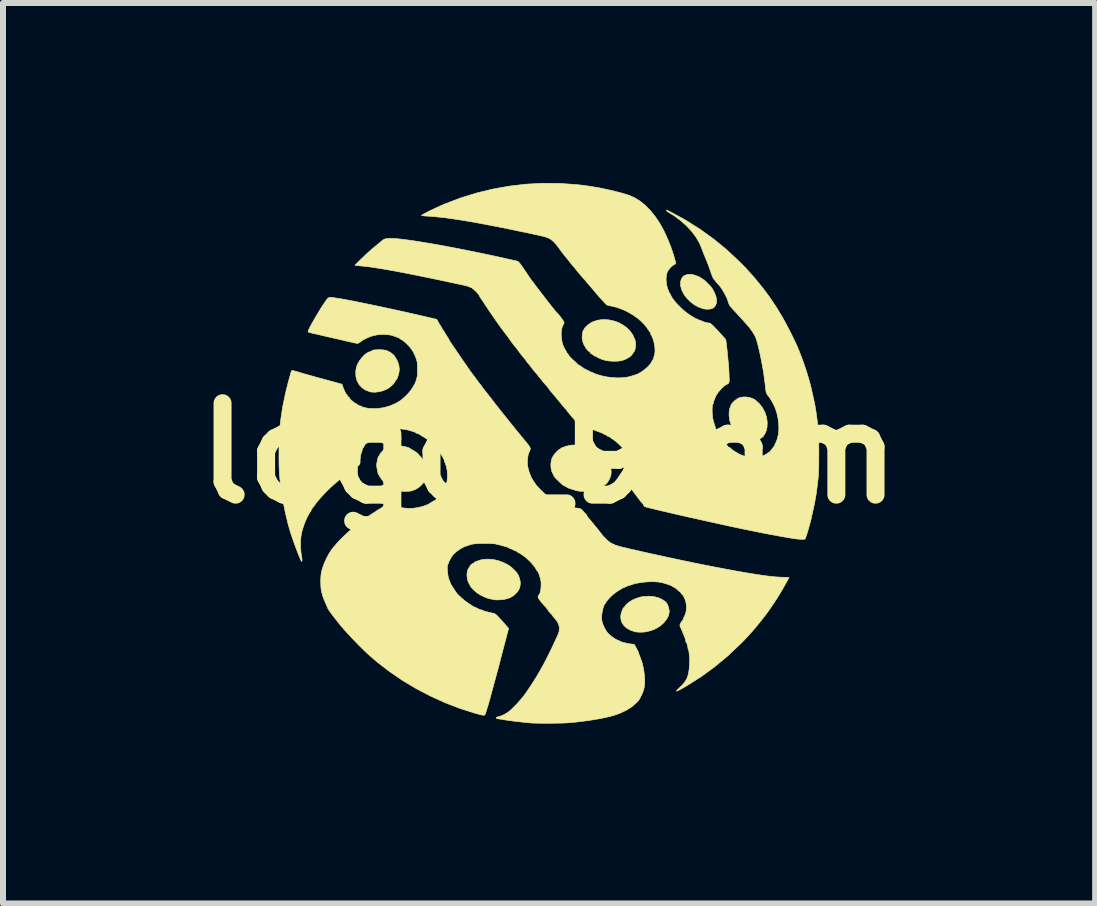
<source format=kicad_pcb>
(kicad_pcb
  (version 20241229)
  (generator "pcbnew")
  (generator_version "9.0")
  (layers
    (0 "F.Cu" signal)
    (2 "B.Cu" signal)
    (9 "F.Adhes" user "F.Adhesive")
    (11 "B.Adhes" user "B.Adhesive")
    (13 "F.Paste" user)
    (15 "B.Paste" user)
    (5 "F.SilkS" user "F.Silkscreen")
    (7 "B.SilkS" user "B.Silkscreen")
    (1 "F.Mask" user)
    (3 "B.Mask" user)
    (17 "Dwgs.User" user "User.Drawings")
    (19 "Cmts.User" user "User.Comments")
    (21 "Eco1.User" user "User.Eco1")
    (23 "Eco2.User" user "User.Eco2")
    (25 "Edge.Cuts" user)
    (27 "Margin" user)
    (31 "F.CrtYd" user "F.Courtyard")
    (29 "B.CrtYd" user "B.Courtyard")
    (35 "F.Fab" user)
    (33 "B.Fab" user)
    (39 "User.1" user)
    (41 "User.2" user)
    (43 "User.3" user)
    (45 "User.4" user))
  (footprint "logo_9mm"
    (layer "F.Cu")
    (at 6.103 4.507)
    (property "Reference" "logo_9mm" (at 0 0 0) (layer "F.SilkS") (effects (font (size 1.524 1.524) (thickness 0.3))))
    (attr through_hole)
    (fp_poly (pts (xy 2.411 -2.975) (xy 2.446 -2.964) (xy 2.483 -2.95) (xy 2.516 -2.934) (xy 2.539 -2.92) (xy 2.541 -2.918) (xy 2.56 -2.904) (xy 2.572 -2.897) (xy 2.574 -2.897) (xy 2.583 -2.891) (xy 2.602 -2.875) (xy 2.626 -2.852) (xy 2.652 -2.826) (xy 2.678 -2.799) (xy 2.7 -2.775) (xy 2.703 -2.771) (xy 2.719 -2.748) (xy 2.739 -2.715) (xy 2.758 -2.678) (xy 2.76 -2.673) (xy 2.783 -2.612) (xy 2.793 -2.555) (xy 2.79 -2.504) (xy 2.774 -2.462) (xy 2.746 -2.43) (xy 2.728 -2.418) (xy 2.687 -2.405) (xy 2.637 -2.402) (xy 2.584 -2.407) (xy 2.574 -2.41) (xy 2.498 -2.436) (xy 2.425 -2.475) (xy 2.358 -2.525) (xy 2.3 -2.583) (xy 2.251 -2.647) (xy 2.216 -2.715) (xy 2.195 -2.783) (xy 2.192 -2.805) (xy 2.193 -2.858) (xy 2.205 -2.904) (xy 2.228 -2.941) (xy 2.258 -2.964) (xy 2.307 -2.981) (xy 2.356 -2.985) (xy 2.411 -2.975)) (stroke (width 0.01) (type solid)) (fill yes) (layer "F.SilkS"))
    (fp_poly (pts (xy 3.293 -0.939) (xy 3.355 -0.927) (xy 3.411 -0.905) (xy 3.442 -0.885) (xy 3.508 -0.825) (xy 3.561 -0.755) (xy 3.601 -0.679) (xy 3.627 -0.598) (xy 3.638 -0.516) (xy 3.634 -0.434) (xy 3.619 -0.371) (xy 3.607 -0.341) (xy 3.593 -0.317) (xy 3.587 -0.309) (xy 3.576 -0.294) (xy 3.575 -0.285) (xy 3.572 -0.279) (xy 3.562 -0.274) (xy 3.547 -0.266) (xy 3.543 -0.26) (xy 3.535 -0.252) (xy 3.516 -0.24) (xy 3.5 -0.232) (xy 3.47 -0.221) (xy 3.431 -0.213) (xy 3.389 -0.208) (xy 3.35 -0.207) (xy 3.322 -0.211) (xy 3.319 -0.212) (xy 3.262 -0.234) (xy 3.216 -0.259) (xy 3.175 -0.289) (xy 3.148 -0.314) (xy 3.086 -0.385) (xy 3.041 -0.462) (xy 3.013 -0.543) (xy 3.002 -0.629) (xy 3.001 -0.65) (xy 3.003 -0.689) (xy 3.008 -0.725) (xy 3.014 -0.753) (xy 3.021 -0.769) (xy 3.025 -0.771) (xy 3.03 -0.778) (xy 3.029 -0.783) (xy 3.031 -0.801) (xy 3.046 -0.826) (xy 3.07 -0.853) (xy 3.099 -0.881) (xy 3.132 -0.905) (xy 3.165 -0.923) (xy 3.175 -0.928) (xy 3.231 -0.939) (xy 3.293 -0.939)) (stroke (width 0.01) (type solid)) (fill yes) (layer "F.SilkS"))
    (fp_poly (pts (xy 1.744 2.388) (xy 1.824 2.408) (xy 1.898 2.444) (xy 1.903 2.448) (xy 1.929 2.466) (xy 1.948 2.481) (xy 1.955 2.491) (xy 1.96 2.502) (xy 1.963 2.502) (xy 1.97 2.51) (xy 1.979 2.531) (xy 1.989 2.559) (xy 1.997 2.589) (xy 2.002 2.616) (xy 2.003 2.619) (xy 2.003 2.65) (xy 1.998 2.677) (xy 1.992 2.699) (xy 1.988 2.713) (xy 1.983 2.726) (xy 1.971 2.747) (xy 1.965 2.758) (xy 1.915 2.823) (xy 1.852 2.879) (xy 1.778 2.924) (xy 1.696 2.957) (xy 1.609 2.977) (xy 1.557 2.982) (xy 1.514 2.982) (xy 1.472 2.98) (xy 1.438 2.976) (xy 1.431 2.974) (xy 1.358 2.95) (xy 1.298 2.916) (xy 1.25 2.874) (xy 1.216 2.824) (xy 1.198 2.768) (xy 1.195 2.71) (xy 1.2 2.683) (xy 1.208 2.652) (xy 1.219 2.621) (xy 1.23 2.594) (xy 1.24 2.576) (xy 1.248 2.57) (xy 1.249 2.571) (xy 1.255 2.568) (xy 1.26 2.558) (xy 1.271 2.54) (xy 1.294 2.516) (xy 1.325 2.489) (xy 1.341 2.477) (xy 1.393 2.445) (xy 1.456 2.418) (xy 1.522 2.397) (xy 1.558 2.39) (xy 1.656 2.382) (xy 1.744 2.388)) (stroke (width 0.01) (type solid)) (fill yes) (layer "F.SilkS"))
    (fp_poly (pts (xy -2.788 -1.726) (xy -2.754 -1.723) (xy -2.728 -1.718) (xy -2.703 -1.71) (xy -2.691 -1.705) (xy -2.661 -1.69) (xy -2.636 -1.675) (xy -2.625 -1.667) (xy -2.611 -1.654) (xy -2.602 -1.65) (xy -2.595 -1.643) (xy -2.58 -1.625) (xy -2.562 -1.599) (xy -2.559 -1.594) (xy -2.525 -1.532) (xy -2.504 -1.468) (xy -2.496 -1.405) (xy -2.498 -1.378) (xy -2.502 -1.349) (xy -2.51 -1.315) (xy -2.52 -1.282) (xy -2.53 -1.254) (xy -2.538 -1.239) (xy -2.538 -1.238) (xy -2.548 -1.226) (xy -2.561 -1.208) (xy -2.574 -1.188) (xy -2.582 -1.174) (xy -2.583 -1.171) (xy -2.59 -1.161) (xy -2.607 -1.144) (xy -2.63 -1.123) (xy -2.656 -1.102) (xy -2.681 -1.084) (xy -2.699 -1.073) (xy -2.765 -1.044) (xy -2.836 -1.026) (xy -2.905 -1.018) (xy -2.968 -1.022) (xy -2.988 -1.027) (xy -3.059 -1.054) (xy -3.119 -1.095) (xy -3.167 -1.146) (xy -3.2 -1.207) (xy -3.219 -1.276) (xy -3.222 -1.323) (xy -3.221 -1.375) (xy -3.215 -1.418) (xy -3.203 -1.458) (xy -3.184 -1.504) (xy -3.183 -1.504) (xy -3.157 -1.548) (xy -3.12 -1.595) (xy -3.078 -1.639) (xy -3.054 -1.659) (xy -3.037 -1.67) (xy -3.032 -1.673) (xy -2.646 -1.673) (xy -2.642 -1.668) (xy -2.637 -1.673) (xy -2.642 -1.677) (xy -2.646 -1.673) (xy -3.032 -1.673) (xy -3.016 -1.681) (xy -2.996 -1.69) (xy -2.984 -1.694) (xy -2.982 -1.694) (xy -2.975 -1.696) (xy -2.959 -1.706) (xy -2.955 -1.709) (xy -2.94 -1.717) (xy -2.922 -1.722) (xy -2.896 -1.725) (xy -2.859 -1.726) (xy -2.834 -1.727) (xy -2.788 -1.726)) (stroke (width 0.01) (type solid)) (fill yes) (layer "F.SilkS"))
    (fp_poly (pts (xy -0.986 1.766) (xy -0.918 1.773) (xy -0.856 1.787) (xy -0.847 1.789) (xy -0.766 1.819) (xy -0.698 1.852) (xy -0.664 1.873) (xy -0.64 1.89) (xy -0.613 1.914) (xy -0.585 1.94) (xy -0.56 1.966) (xy -0.54 1.988) (xy -0.53 2.003) (xy -0.529 2.006) (xy -0.525 2.017) (xy -0.522 2.018) (xy -0.515 2.026) (xy -0.506 2.047) (xy -0.496 2.075) (xy -0.487 2.107) (xy -0.481 2.136) (xy -0.48 2.148) (xy -0.479 2.175) (xy -0.483 2.206) (xy -0.488 2.236) (xy -0.495 2.258) (xy -0.502 2.269) (xy -0.503 2.269) (xy -0.51 2.277) (xy -0.511 2.283) (xy -0.518 2.297) (xy -0.534 2.317) (xy -0.556 2.34) (xy -0.58 2.362) (xy -0.601 2.378) (xy -0.615 2.386) (xy -0.616 2.386) (xy -0.627 2.39) (xy -0.628 2.393) (xy -0.636 2.4) (xy -0.658 2.41) (xy -0.692 2.421) (xy -0.728 2.431) (xy -0.756 2.436) (xy -0.794 2.44) (xy -0.835 2.443) (xy -0.873 2.444) (xy -0.9 2.442) (xy -0.901 2.442) (xy -0.951 2.433) (xy -0.997 2.423) (xy -1.035 2.412) (xy -1.049 2.406) (xy -1.1 2.384) (xy -1.136 2.366) (xy -1.16 2.354) (xy -1.173 2.344) (xy -1.173 2.344) (xy -1.187 2.334) (xy -1.192 2.332) (xy -1.201 2.326) (xy -1.219 2.311) (xy -1.241 2.291) (xy -1.264 2.269) (xy -1.284 2.249) (xy -1.298 2.234) (xy -1.301 2.23) (xy -1.305 2.22) (xy -1.317 2.202) (xy -1.322 2.193) (xy -1.348 2.144) (xy -1.363 2.088) (xy -1.369 2.031) (xy -1.364 1.976) (xy -1.349 1.93) (xy -1.345 1.922) (xy -1.33 1.9) (xy -1.318 1.884) (xy -1.315 1.881) (xy -1.31 1.875) (xy -1.312 1.875) (xy -1.312 1.87) (xy -1.302 1.86) (xy -1.286 1.847) (xy -1.27 1.836) (xy -1.258 1.83) (xy -1.257 1.83) (xy -1.247 1.824) (xy -1.247 1.822) (xy -1.239 1.813) (xy -1.231 1.809) (xy -1.214 1.803) (xy -1.188 1.794) (xy -1.166 1.785) (xy -1.115 1.772) (xy -1.053 1.765) (xy -0.986 1.766)) (stroke (width 0.01) (type solid)) (fill yes) (layer "F.SilkS"))
    (fp_poly (pts (xy 0.988 -2.226) (xy 1.085 -2.205) (xy 1.141 -2.186) (xy 1.168 -2.175) (xy 1.187 -2.165) (xy 1.193 -2.159) (xy 1.2 -2.153) (xy 1.205 -2.153) (xy 1.22 -2.147) (xy 1.238 -2.135) (xy 1.254 -2.122) (xy 1.264 -2.117) (xy 1.273 -2.111) (xy 1.291 -2.096) (xy 1.313 -2.077) (xy 1.341 -2.047) (xy 1.368 -2.015) (xy 1.39 -1.983) (xy 1.404 -1.957) (xy 1.408 -1.942) (xy 1.412 -1.93) (xy 1.415 -1.928) (xy 1.422 -1.92) (xy 1.43 -1.9) (xy 1.437 -1.871) (xy 1.442 -1.84) (xy 1.444 -1.812) (xy 1.444 -1.811) (xy 1.442 -1.782) (xy 1.437 -1.751) (xy 1.431 -1.723) (xy 1.423 -1.702) (xy 1.417 -1.695) (xy 1.409 -1.688) (xy 1.404 -1.677) (xy 1.392 -1.657) (xy 1.372 -1.633) (xy 1.348 -1.61) (xy 1.335 -1.601) (xy 1.279 -1.57) (xy 1.226 -1.55) (xy 1.169 -1.538) (xy 1.103 -1.535) (xy 1.077 -1.535) (xy 1.033 -1.537) (xy 0.988 -1.541) (xy 0.952 -1.547) (xy 0.942 -1.549) (xy 0.911 -1.557) (xy 0.885 -1.565) (xy 0.875 -1.569) (xy 0.854 -1.578) (xy 0.828 -1.589) (xy 0.827 -1.589) (xy 0.808 -1.599) (xy 0.798 -1.607) (xy 0.798 -1.608) (xy 0.791 -1.613) (xy 0.782 -1.615) (xy 0.764 -1.62) (xy 0.743 -1.634) (xy 0.739 -1.637) (xy 0.72 -1.652) (xy 0.704 -1.659) (xy 0.702 -1.659) (xy 0.692 -1.667) (xy 0.686 -1.677) (xy 0.678 -1.692) (xy 0.672 -1.695) (xy 0.662 -1.701) (xy 0.647 -1.715) (xy 0.63 -1.733) (xy 0.617 -1.749) (xy 0.61 -1.761) (xy 0.61 -1.763) (xy 0.608 -1.77) (xy 0.599 -1.782) (xy 0.583 -1.808) (xy 0.568 -1.846) (xy 0.557 -1.887) (xy 0.552 -1.919) (xy 0.552 -1.949) (xy 0.555 -1.982) (xy 0.56 -2.013) (xy 0.566 -2.038) (xy 0.573 -2.053) (xy 0.575 -2.054) (xy 0.582 -2.061) (xy 0.583 -2.066) (xy 0.59 -2.082) (xy 0.609 -2.104) (xy 0.636 -2.13) (xy 0.668 -2.155) (xy 0.7 -2.177) (xy 0.722 -2.189) (xy 0.805 -2.218) (xy 0.894 -2.23) (xy 0.988 -2.226)) (stroke (width 0.01) (type solid)) (fill yes) (layer "F.SilkS"))
    (fp_poly (pts (xy -2.49 -0.125) (xy -2.446 -0.119) (xy -2.403 -0.111) (xy -2.364 -0.101) (xy -2.332 -0.09) (xy -2.311 -0.078) (xy -2.305 -0.07) (xy -2.298 -0.063) (xy -2.294 -0.063) (xy -2.281 -0.058) (xy -2.26 -0.046) (xy -2.234 -0.029) (xy -2.208 -0.012) (xy -2.189 0.003) (xy -2.181 0.012) (xy -2.173 0.023) (xy -2.158 0.039) (xy -2.139 0.061) (xy -2.117 0.089) (xy -2.097 0.119) (xy -2.08 0.145) (xy -2.07 0.165) (xy -2.069 0.17) (xy -2.064 0.19) (xy -2.061 0.194) (xy -2.053 0.214) (xy -2.046 0.25) (xy -2.041 0.296) (xy -2.042 0.342) (xy -2.051 0.393) (xy -2.066 0.441) (xy -2.085 0.48) (xy -2.093 0.491) (xy -2.132 0.534) (xy -2.169 0.566) (xy -2.209 0.592) (xy -2.235 0.605) (xy -2.253 0.613) (xy -2.26 0.614) (xy -2.26 0.614) (xy -2.266 0.614) (xy -2.275 0.62) (xy -2.293 0.627) (xy -2.324 0.631) (xy -2.364 0.634) (xy -2.408 0.634) (xy -2.453 0.632) (xy -2.492 0.627) (xy -2.523 0.62) (xy -2.525 0.62) (xy -2.574 0.602) (xy -2.612 0.586) (xy -2.636 0.574) (xy -2.646 0.565) (xy -2.646 0.564) (xy -2.653 0.557) (xy -2.658 0.556) (xy -2.676 0.549) (xy -2.704 0.528) (xy -2.739 0.496) (xy -2.756 0.477) (xy -2.777 0.451) (xy -2.798 0.422) (xy -2.817 0.394) (xy -2.83 0.371) (xy -2.836 0.358) (xy -2.836 0.357) (xy -2.841 0.35) (xy -2.842 0.35) (xy -2.849 0.343) (xy -2.85 0.339) (xy -2.853 0.322) (xy -2.856 0.305) (xy -2.864 0.271) (xy -2.87 0.236) (xy -2.874 0.204) (xy -2.875 0.183) (xy -2.874 0.18) (xy -2.864 0.128) (xy -2.856 0.091) (xy -2.85 0.068) (xy -2.846 0.056) (xy -2.843 0.054) (xy -2.835 0.046) (xy -2.829 0.034) (xy -2.818 0.013) (xy -2.8 -0.012) (xy -2.777 -0.037) (xy -2.754 -0.058) (xy -2.736 -0.07) (xy -2.729 -0.072) (xy -2.719 -0.076) (xy -2.718 -0.079) (xy -2.71 -0.088) (xy -2.688 -0.097) (xy -2.656 -0.107) (xy -2.618 -0.116) (xy -2.579 -0.122) (xy -2.543 -0.126) (xy -2.529 -0.127) (xy -2.49 -0.125)) (stroke (width 0.01) (type solid)) (fill yes) (layer "F.SilkS"))
    (fp_poly (pts (xy 0.544 -0.139) (xy 0.582 -0.134) (xy 0.619 -0.126) (xy 0.62 -0.126) (xy 0.677 -0.11) (xy 0.719 -0.097) (xy 0.745 -0.086) (xy 0.753 -0.079) (xy 0.753 -0.079) (xy 0.76 -0.072) (xy 0.762 -0.072) (xy 0.78 -0.066) (xy 0.807 -0.05) (xy 0.84 -0.028) (xy 0.875 -0.000152) (xy 0.91 0.029) (xy 0.941 0.058) (xy 0.965 0.084) (xy 0.98 0.103) (xy 0.982 0.111) (xy 0.987 0.125) (xy 0.998 0.145) (xy 0.998 0.145) (xy 1.011 0.169) (xy 1.019 0.189) (xy 1.032 0.255) (xy 1.036 0.309) (xy 1.033 0.356) (xy 1.02 0.4) (xy 1.007 0.429) (xy 0.993 0.455) (xy 0.977 0.48) (xy 0.961 0.501) (xy 0.949 0.515) (xy 0.942 0.518) (xy 0.942 0.516) (xy 0.937 0.518) (xy 0.924 0.53) (xy 0.921 0.533) (xy 0.904 0.549) (xy 0.891 0.556) (xy 0.89 0.556) (xy 0.877 0.563) (xy 0.873 0.567) (xy 0.859 0.578) (xy 0.833 0.591) (xy 0.799 0.604) (xy 0.761 0.617) (xy 0.725 0.626) (xy 0.722 0.626) (xy 0.688 0.631) (xy 0.644 0.634) (xy 0.595 0.634) (xy 0.546 0.634) (xy 0.504 0.631) (xy 0.475 0.626) (xy 0.444 0.618) (xy 0.408 0.607) (xy 0.373 0.596) (xy 0.343 0.586) (xy 0.321 0.578) (xy 0.314 0.575) (xy 0.304 0.568) (xy 0.283 0.557) (xy 0.274 0.552) (xy 0.253 0.542) (xy 0.237 0.532) (xy 0.221 0.521) (xy 0.202 0.504) (xy 0.177 0.48) (xy 0.146 0.451) (xy 0.118 0.423) (xy 0.097 0.4) (xy 0.083 0.383) (xy 0.081 0.377) (xy 0.076 0.363) (xy 0.067 0.346) (xy 0.046 0.3) (xy 0.033 0.245) (xy 0.03 0.184) (xy 0.037 0.125) (xy 0.037 0.124) (xy 0.044 0.097) (xy 0.051 0.078) (xy 0.055 0.072) (xy 0.061 0.064) (xy 0.066 0.051) (xy 0.075 0.034) (xy 0.093 0.011) (xy 0.116 -0.014) (xy 0.14 -0.039) (xy 0.163 -0.059) (xy 0.18 -0.071) (xy 0.185 -0.072) (xy 0.196 -0.077) (xy 0.197 -0.081) (xy 0.204 -0.089) (xy 0.207 -0.09) (xy 0.22 -0.093) (xy 0.243 -0.102) (xy 0.257 -0.108) (xy 0.281 -0.118) (xy 0.298 -0.122) (xy 0.303 -0.122) (xy 0.313 -0.122) (xy 0.32 -0.127) (xy 0.334 -0.131) (xy 0.363 -0.135) (xy 0.403 -0.138) (xy 0.443 -0.14) (xy 0.499 -0.141) (xy 0.544 -0.139)) (stroke (width 0.01) (type solid)) (fill yes) (layer "F.SilkS"))
    (fp_poly (pts (xy 0.184 -4.499) (xy 0.466 -4.479) (xy 0.583 -4.466) (xy 0.705 -4.448) (xy 0.834 -4.426) (xy 0.964 -4.399) (xy 1.091 -4.37) (xy 1.21 -4.339) (xy 1.317 -4.307) (xy 1.325 -4.304) (xy 1.419 -4.264) (xy 1.512 -4.208) (xy 1.602 -4.136) (xy 1.688 -4.049) (xy 1.769 -3.949) (xy 1.844 -3.838) (xy 1.912 -3.715) (xy 1.928 -3.682) (xy 1.984 -3.557) (xy 2.032 -3.437) (xy 2.073 -3.316) (xy 2.11 -3.185) (xy 2.112 -3.179) (xy 2.112 -3.163) (xy 2.099 -3.152) (xy 2.09 -3.149) (xy 2.07 -3.136) (xy 2.044 -3.115) (xy 2.023 -3.094) (xy 1.991 -3.056) (xy 1.97 -3.019) (xy 1.958 -2.978) (xy 1.952 -2.927) (xy 1.952 -2.884) (xy 1.956 -2.836) (xy 1.966 -2.783) (xy 1.982 -2.732) (xy 1.999 -2.689) (xy 2.009 -2.673) (xy 2.024 -2.647) (xy 2.034 -2.625) (xy 2.056 -2.587) (xy 2.09 -2.541) (xy 2.133 -2.492) (xy 2.182 -2.441) (xy 2.235 -2.392) (xy 2.288 -2.348) (xy 2.339 -2.311) (xy 2.377 -2.287) (xy 2.395 -2.277) (xy 2.404 -2.27) (xy 2.414 -2.263) (xy 2.435 -2.253) (xy 2.444 -2.248) (xy 2.47 -2.236) (xy 2.491 -2.226) (xy 2.496 -2.223) (xy 2.516 -2.217) (xy 2.525 -2.215) (xy 2.537 -2.212) (xy 2.538 -2.208) (xy 2.546 -2.203) (xy 2.567 -2.196) (xy 2.595 -2.187) (xy 2.625 -2.179) (xy 2.653 -2.173) (xy 2.674 -2.171) (xy 2.676 -2.171) (xy 2.688 -2.166) (xy 2.707 -2.152) (xy 2.734 -2.127) (xy 2.77 -2.09) (xy 2.816 -2.041) (xy 2.857 -1.996) (xy 2.884 -1.966) (xy 2.909 -1.939) (xy 2.926 -1.92) (xy 2.933 -1.913) (xy 2.945 -1.895) (xy 2.948 -1.885) (xy 2.952 -1.857) (xy 2.957 -1.816) (xy 2.963 -1.766) (xy 2.969 -1.713) (xy 2.974 -1.66) (xy 2.978 -1.619) (xy 2.982 -1.575) (xy 2.986 -1.535) (xy 2.989 -1.503) (xy 2.991 -1.489) (xy 2.993 -1.469) (xy 2.995 -1.435) (xy 2.998 -1.392) (xy 3 -1.342) (xy 3.001 -1.32) (xy 3.003 -1.267) (xy 3.004 -1.23) (xy 3.004 -1.204) (xy 3.001 -1.187) (xy 2.998 -1.176) (xy 2.992 -1.169) (xy 2.989 -1.166) (xy 2.969 -1.152) (xy 2.954 -1.145) (xy 2.939 -1.136) (xy 2.916 -1.118) (xy 2.889 -1.094) (xy 2.882 -1.087) (xy 2.824 -1.023) (xy 2.782 -0.958) (xy 2.752 -0.886) (xy 2.744 -0.857) (xy 2.736 -0.829) (xy 2.729 -0.809) (xy 2.726 -0.803) (xy 2.722 -0.788) (xy 2.72 -0.76) (xy 2.719 -0.723) (xy 2.72 -0.681) (xy 2.723 -0.639) (xy 2.727 -0.601) (xy 2.728 -0.592) (xy 2.736 -0.552) (xy 2.749 -0.505) (xy 2.764 -0.457) (xy 2.779 -0.412) (xy 2.795 -0.374) (xy 2.808 -0.349) (xy 2.809 -0.348) (xy 2.82 -0.331) (xy 2.825 -0.32) (xy 2.825 -0.32) (xy 2.83 -0.31) (xy 2.843 -0.29) (xy 2.86 -0.264) (xy 2.878 -0.238) (xy 2.895 -0.216) (xy 2.901 -0.208) (xy 2.919 -0.188) (xy 2.941 -0.163) (xy 2.949 -0.155) (xy 2.966 -0.135) (xy 2.976 -0.121) (xy 2.978 -0.117) (xy 2.985 -0.109) (xy 3.003 -0.099) (xy 3.005 -0.099) (xy 3.023 -0.089) (xy 3.032 -0.081) (xy 3.032 -0.08) (xy 3.039 -0.072) (xy 3.056 -0.058) (xy 3.078 -0.042) (xy 3.1 -0.028) (xy 3.116 -0.019) (xy 3.121 -0.018) (xy 3.132 -0.011) (xy 3.132 -0.011) (xy 3.142 -0.002) (xy 3.166 0.011) (xy 3.197 0.025) (xy 3.233 0.039) (xy 3.268 0.051) (xy 3.29 0.058) (xy 3.361 0.07) (xy 3.436 0.071) (xy 3.507 0.061) (xy 3.535 0.053) (xy 3.566 0.041) (xy 3.593 0.03) (xy 3.606 0.022) (xy 3.623 0.011) (xy 3.631 0.009) (xy 3.641 0.003) (xy 3.642 0) (xy 3.649 -0.008) (xy 3.653 -0.009) (xy 3.667 -0.016) (xy 3.689 -0.036) (xy 3.713 -0.065) (xy 3.731 -0.09) (xy 3.747 -0.111) (xy 3.76 -0.125) (xy 3.762 -0.128) (xy 3.766 -0.134) (xy 3.764 -0.134) (xy 3.762 -0.141) (xy 3.769 -0.155) (xy 3.779 -0.173) (xy 3.791 -0.202) (xy 3.804 -0.237) (xy 3.806 -0.244) (xy 3.824 -0.317) (xy 3.831 -0.401) (xy 3.829 -0.491) (xy 3.817 -0.584) (xy 3.797 -0.675) (xy 3.768 -0.761) (xy 3.733 -0.836) (xy 3.714 -0.868) (xy 3.695 -0.899) (xy 3.678 -0.926) (xy 3.665 -0.945) (xy 3.66 -0.951) (xy 3.635 -0.981) (xy 3.618 -1.023) (xy 3.611 -1.07) (xy 3.603 -1.147) (xy 3.592 -1.23) (xy 3.581 -1.314) (xy 3.569 -1.392) (xy 3.557 -1.458) (xy 3.556 -1.462) (xy 3.548 -1.504) (xy 3.54 -1.546) (xy 3.534 -1.579) (xy 3.528 -1.606) (xy 3.523 -1.632) (xy 3.517 -1.66) (xy 3.509 -1.696) (xy 3.498 -1.743) (xy 3.489 -1.78) (xy 3.473 -1.844) (xy 3.458 -1.895) (xy 3.442 -1.937) (xy 3.422 -1.976) (xy 3.398 -2.015) (xy 3.388 -2.032) (xy 3.366 -2.062) (xy 3.346 -2.09) (xy 3.331 -2.108) (xy 3.31 -2.132) (xy 3.291 -2.153) (xy 3.27 -2.177) (xy 3.24 -2.211) (xy 3.203 -2.252) (xy 3.162 -2.296) (xy 3.121 -2.341) (xy 3.085 -2.379) (xy 3.052 -2.416) (xy 3.028 -2.443) (xy 3.011 -2.466) (xy 3 -2.488) (xy 2.991 -2.512) (xy 2.986 -2.529) (xy 2.971 -2.573) (xy 2.947 -2.624) (xy 2.918 -2.679) (xy 2.887 -2.731) (xy 2.857 -2.775) (xy 2.845 -2.79) (xy 2.831 -2.806) (xy 2.811 -2.828) (xy 2.802 -2.838) (xy 2.784 -2.858) (xy 2.773 -2.872) (xy 2.772 -2.875) (xy 2.766 -2.884) (xy 2.751 -2.899) (xy 2.75 -2.9) (xy 2.737 -2.92) (xy 2.72 -2.956) (xy 2.701 -3.007) (xy 2.693 -3.032) (xy 2.674 -3.088) (xy 2.651 -3.15) (xy 2.628 -3.209) (xy 2.612 -3.248) (xy 2.593 -3.293) (xy 2.575 -3.337) (xy 2.56 -3.375) (xy 2.552 -3.399) (xy 2.51 -3.501) (xy 2.452 -3.601) (xy 2.378 -3.699) (xy 2.291 -3.794) (xy 2.191 -3.882) (xy 2.079 -3.965) (xy 1.984 -4.023) (xy 1.964 -4.037) (xy 1.955 -4.048) (xy 1.959 -4.054) (xy 1.961 -4.054) (xy 1.972 -4.05) (xy 1.996 -4.039) (xy 2.03 -4.021) (xy 2.071 -4) (xy 2.117 -3.975) (xy 2.165 -3.949) (xy 2.212 -3.923) (xy 2.255 -3.899) (xy 2.292 -3.878) (xy 2.298 -3.874) (xy 2.525 -3.73) (xy 2.74 -3.575) (xy 2.946 -3.407) (xy 3.145 -3.223) (xy 3.184 -3.184) (xy 3.228 -3.141) (xy 3.264 -3.104) (xy 3.297 -3.069) (xy 3.33 -3.033) (xy 3.368 -2.99) (xy 3.404 -2.95) (xy 3.425 -2.925) (xy 3.453 -2.892) (xy 3.485 -2.852) (xy 3.519 -2.811) (xy 3.55 -2.772) (xy 3.578 -2.737) (xy 3.598 -2.71) (xy 3.606 -2.7) (xy 3.62 -2.679) (xy 3.631 -2.666) (xy 3.633 -2.664) (xy 3.64 -2.655) (xy 3.655 -2.634) (xy 3.676 -2.604) (xy 3.701 -2.568) (xy 3.727 -2.529) (xy 3.753 -2.49) (xy 3.777 -2.455) (xy 3.796 -2.426) (xy 3.809 -2.405) (xy 3.811 -2.401) (xy 3.822 -2.383) (xy 3.84 -2.352) (xy 3.863 -2.315) (xy 3.887 -2.275) (xy 3.887 -2.274) (xy 3.91 -2.234) (xy 3.939 -2.181) (xy 3.971 -2.12) (xy 4.006 -2.054) (xy 4.04 -1.987) (xy 4.072 -1.922) (xy 4.1 -1.864) (xy 4.123 -1.815) (xy 4.124 -1.812) (xy 4.163 -1.721) (xy 4.203 -1.618) (xy 4.243 -1.51) (xy 4.28 -1.401) (xy 4.312 -1.299) (xy 4.322 -1.265) (xy 4.333 -1.228) (xy 4.342 -1.195) (xy 4.349 -1.172) (xy 4.349 -1.171) (xy 4.359 -1.136) (xy 4.37 -1.088) (xy 4.383 -1.032) (xy 4.385 -1.02) (xy 4.393 -0.986) (xy 4.401 -0.949) (xy 4.403 -0.942) (xy 4.418 -0.872) (xy 4.431 -0.81) (xy 4.441 -0.751) (xy 4.451 -0.689) (xy 4.461 -0.617) (xy 4.466 -0.583) (xy 4.474 -0.518) (xy 4.481 -0.461) (xy 4.487 -0.409) (xy 4.491 -0.359) (xy 4.494 -0.308) (xy 4.496 -0.252) (xy 4.497 -0.189) (xy 4.497 -0.115) (xy 4.498 -0.027) (xy 4.498 0) (xy 4.497 0.092) (xy 4.497 0.17) (xy 4.496 0.236) (xy 4.494 0.293) (xy 4.492 0.345) (xy 4.488 0.395) (xy 4.483 0.446) (xy 4.476 0.501) (xy 4.469 0.564) (xy 4.466 0.583) (xy 4.456 0.66) (xy 4.446 0.726) (xy 4.435 0.785) (xy 4.424 0.845) (xy 4.41 0.911) (xy 4.403 0.942) (xy 4.395 0.977) (xy 4.387 1.014) (xy 4.385 1.02) (xy 4.373 1.078) (xy 4.361 1.127) (xy 4.351 1.165) (xy 4.349 1.171) (xy 4.343 1.192) (xy 4.334 1.225) (xy 4.324 1.261) (xy 4.323 1.265) (xy 4.309 1.313) (xy 4.297 1.35) (xy 4.287 1.38) (xy 4.277 1.408) (xy 4.27 1.423) (xy 4.261 1.431) (xy 4.244 1.434) (xy 4.217 1.434) (xy 4.182 1.432) (xy 4.149 1.43) (xy 4.135 1.429) (xy 4.09 1.423) (xy 4.029 1.413) (xy 3.955 1.401) (xy 3.869 1.386) (xy 3.773 1.368) (xy 3.67 1.349) (xy 3.56 1.328) (xy 3.447 1.305) (xy 3.332 1.282) (xy 3.216 1.258) (xy 3.103 1.234) (xy 3.094 1.232) (xy 2.977 1.207) (xy 2.858 1.181) (xy 2.736 1.154) (xy 2.614 1.127) (xy 2.494 1.1) (xy 2.375 1.074) (xy 2.26 1.048) (xy 2.15 1.023) (xy 2.046 0.999) (xy 1.949 0.976) (xy 1.862 0.956) (xy 1.784 0.937) (xy 1.717 0.921) (xy 1.663 0.908) (xy 1.623 0.897) (xy 1.599 0.89) (xy 1.591 0.887) (xy 1.58 0.872) (xy 1.579 0.866) (xy 1.572 0.851) (xy 1.564 0.842) (xy 1.551 0.828) (xy 1.532 0.806) (xy 1.515 0.785) (xy 1.496 0.759) (xy 1.469 0.724) (xy 1.439 0.685) (xy 1.418 0.657) (xy 1.39 0.619) (xy 1.371 0.592) (xy 1.362 0.573) (xy 1.359 0.559) (xy 1.36 0.551) (xy 1.367 0.533) (xy 1.373 0.524) (xy 1.379 0.514) (xy 1.388 0.492) (xy 1.394 0.472) (xy 1.404 0.421) (xy 1.408 0.359) (xy 1.406 0.293) (xy 1.399 0.229) (xy 1.397 0.215) (xy 1.391 0.193) (xy 1.381 0.164) (xy 1.37 0.134) (xy 1.358 0.107) (xy 1.349 0.088) (xy 1.343 0.081) (xy 1.339 0.075) (xy 1.34 0.073) (xy 1.339 0.061) (xy 1.332 0.054) (xy 1.321 0.039) (xy 1.319 0.032) (xy 1.312 0.018) (xy 1.301 0.004) (xy 1.289 -0.009) (xy 1.286 -0.016) (xy 1.285 -0.024) (xy 1.274 -0.04) (xy 1.251 -0.066) (xy 1.215 -0.102) (xy 1.196 -0.121) (xy 1.162 -0.154) (xy 1.136 -0.178) (xy 1.116 -0.196) (xy 1.095 -0.212) (xy 1.072 -0.229) (xy 1.058 -0.238) (xy 1.035 -0.254) (xy 1.019 -0.267) (xy 1.015 -0.271) (xy 1.005 -0.277) (xy 0.995 -0.278) (xy 0.981 -0.281) (xy 0.978 -0.285) (xy 0.97 -0.293) (xy 0.951 -0.304) (xy 0.94 -0.309) (xy 0.916 -0.32) (xy 0.9 -0.329) (xy 0.897 -0.331) (xy 0.887 -0.337) (xy 0.864 -0.346) (xy 0.839 -0.355) (xy 0.81 -0.365) (xy 0.789 -0.373) (xy 0.78 -0.378) (xy 0.77 -0.382) (xy 0.746 -0.389) (xy 0.712 -0.398) (xy 0.674 -0.406) (xy 0.635 -0.415) (xy 0.599 -0.422) (xy 0.572 -0.426) (xy 0.551 -0.43) (xy 0.534 -0.437) (xy 0.516 -0.45) (xy 0.496 -0.471) (xy 0.47 -0.502) (xy 0.453 -0.524) (xy 0.435 -0.547) (xy 0.41 -0.577) (xy 0.381 -0.611) (xy 0.366 -0.628) (xy 0.34 -0.658) (xy 0.32 -0.682) (xy 0.308 -0.698) (xy 0.305 -0.703) (xy 0.299 -0.712) (xy 0.285 -0.729) (xy 0.278 -0.737) (xy 0.259 -0.759) (xy 0.23 -0.792) (xy 0.194 -0.836) (xy 0.151 -0.888) (xy 0.103 -0.946) (xy 0.092 -0.959) (xy 0.071 -0.984) (xy 0.046 -1.014) (xy 0.034 -1.027) (xy 0.015 -1.049) (xy 0.003 -1.066) (xy 0 -1.072) (xy -0.006 -1.082) (xy -0.02 -1.1) (xy -0.038 -1.121) (xy -0.065 -1.151) (xy -0.093 -1.184) (xy -0.108 -1.201) (xy -0.13 -1.23) (xy -0.152 -1.257) (xy -0.161 -1.268) (xy -0.18 -1.291) (xy -0.196 -1.311) (xy -0.197 -1.313) (xy -0.211 -1.33) (xy -0.231 -1.353) (xy -0.243 -1.367) (xy -0.266 -1.395) (xy -0.289 -1.424) (xy -0.296 -1.435) (xy -0.316 -1.461) (xy -0.34 -1.491) (xy -0.35 -1.501) (xy -0.367 -1.522) (xy -0.379 -1.537) (xy -0.381 -1.542) (xy -0.387 -1.551) (xy -0.401 -1.57) (xy -0.422 -1.595) (xy -0.428 -1.602) (xy -0.455 -1.634) (xy -0.481 -1.667) (xy -0.501 -1.695) (xy -0.501 -1.695) (xy -0.522 -1.724) (xy -0.548 -1.758) (xy -0.57 -1.784) (xy -0.597 -1.817) (xy -0.624 -1.854) (xy -0.642 -1.878) (xy -0.659 -1.904) (xy -0.684 -1.939) (xy -0.714 -1.978) (xy -0.742 -2.015) (xy -0.801 -2.094) (xy -0.868 -2.187) (xy -0.94 -2.291) (xy -1.017 -2.404) (xy -1.042 -2.443) (xy -1.071 -2.486) (xy -1.098 -2.527) (xy -1.122 -2.562) (xy -1.138 -2.586) (xy -1.143 -2.594) (xy -1.157 -2.616) (xy -1.165 -2.632) (xy -1.166 -2.636) (xy -1.172 -2.647) (xy -1.189 -2.667) (xy -1.212 -2.691) (xy -1.237 -2.716) (xy -1.263 -2.738) (xy -1.283 -2.755) (xy -1.296 -2.763) (xy -1.297 -2.763) (xy -1.308 -2.766) (xy -1.328 -2.774) (xy -1.331 -2.775) (xy -1.34 -2.779) (xy -1.349 -2.783) (xy -1.361 -2.787) (xy -1.376 -2.791) (xy -1.397 -2.796) (xy -1.426 -2.803) (xy -1.463 -2.811) (xy -1.512 -2.822) (xy -1.573 -2.835) (xy -1.649 -2.851) (xy -1.718 -2.866) (xy -1.921 -2.909) (xy -2.108 -2.947) (xy -2.279 -2.982) (xy -2.434 -3.012) (xy -2.575 -3.039) (xy -2.702 -3.062) (xy -2.817 -3.081) (xy -2.918 -3.097) (xy -3.008 -3.11) (xy -3.087 -3.119) (xy -3.121 -3.122) (xy -3.164 -3.126) (xy -3.2 -3.13) (xy -3.225 -3.132) (xy -3.235 -3.134) (xy -3.236 -3.134) (xy -3.23 -3.141) (xy -3.214 -3.157) (xy -3.19 -3.182) (xy -3.159 -3.212) (xy -3.124 -3.246) (xy -3.088 -3.28) (xy -3.053 -3.314) (xy -3.02 -3.345) (xy -3.014 -3.351) (xy -2.986 -3.375) (xy -2.95 -3.407) (xy -2.91 -3.44) (xy -2.879 -3.466) (xy -2.844 -3.495) (xy -2.812 -3.521) (xy -2.787 -3.542) (xy -2.772 -3.554) (xy -2.749 -3.569) (xy -2.718 -3.578) (xy -2.676 -3.583) (xy -2.622 -3.583) (xy -2.553 -3.579) (xy -2.552 -3.579) (xy -2.464 -3.57) (xy -2.36 -3.557) (xy -2.241 -3.54) (xy -2.108 -3.519) (xy -1.964 -3.495) (xy -1.809 -3.468) (xy -1.644 -3.437) (xy -1.471 -3.404) (xy -1.292 -3.368) (xy -1.107 -3.33) (xy -0.917 -3.29) (xy -0.725 -3.247) (xy -0.533 -3.204) (xy -0.523 -3.201) (xy -0.513 -3.194) (xy -0.501 -3.183) (xy -0.486 -3.165) (xy -0.466 -3.14) (xy -0.442 -3.105) (xy -0.411 -3.06) (xy -0.372 -3.002) (xy -0.329 -2.937) (xy -0.31 -2.91) (xy -0.294 -2.887) (xy -0.284 -2.875) (xy -0.284 -2.875) (xy -0.272 -2.861) (xy -0.257 -2.841) (xy -0.256 -2.84) (xy -0.233 -2.807) (xy -0.208 -2.774) (xy -0.177 -2.734) (xy -0.161 -2.713) (xy -0.134 -2.678) (xy -0.105 -2.64) (xy -0.085 -2.614) (xy -0.055 -2.575) (xy -0.022 -2.532) (xy 0.012 -2.489) (xy 0.044 -2.448) (xy 0.073 -2.412) (xy 0.097 -2.382) (xy 0.114 -2.362) (xy 0.121 -2.354) (xy 0.138 -2.337) (xy 0.16 -2.312) (xy 0.185 -2.281) (xy 0.209 -2.249) (xy 0.229 -2.22) (xy 0.245 -2.197) (xy 0.251 -2.183) (xy 0.251 -2.183) (xy 0.246 -2.162) (xy 0.239 -2.148) (xy 0.219 -2.106) (xy 0.207 -2.052) (xy 0.203 -1.991) (xy 0.206 -1.926) (xy 0.216 -1.861) (xy 0.233 -1.801) (xy 0.257 -1.749) (xy 0.264 -1.737) (xy 0.279 -1.712) (xy 0.29 -1.691) (xy 0.291 -1.687) (xy 0.299 -1.672) (xy 0.304 -1.668) (xy 0.313 -1.661) (xy 0.322 -1.643) (xy 0.323 -1.642) (xy 0.334 -1.625) (xy 0.355 -1.601) (xy 0.383 -1.573) (xy 0.402 -1.556) (xy 0.432 -1.529) (xy 0.457 -1.506) (xy 0.473 -1.489) (xy 0.478 -1.483) (xy 0.492 -1.472) (xy 0.498 -1.471) (xy 0.514 -1.464) (xy 0.518 -1.46) (xy 0.531 -1.448) (xy 0.549 -1.437) (xy 0.567 -1.427) (xy 0.574 -1.417) (xy 0.582 -1.41) (xy 0.591 -1.408) (xy 0.611 -1.402) (xy 0.619 -1.395) (xy 0.637 -1.383) (xy 0.647 -1.381) (xy 0.661 -1.378) (xy 0.664 -1.374) (xy 0.671 -1.367) (xy 0.691 -1.358) (xy 0.702 -1.354) (xy 0.726 -1.345) (xy 0.742 -1.339) (xy 0.744 -1.337) (xy 0.756 -1.33) (xy 0.781 -1.321) (xy 0.815 -1.31) (xy 0.853 -1.299) (xy 0.891 -1.289) (xy 0.892 -1.288) (xy 0.968 -1.273) (xy 1.051 -1.263) (xy 1.134 -1.258) (xy 1.212 -1.259) (xy 1.281 -1.266) (xy 1.299 -1.269) (xy 1.333 -1.276) (xy 1.373 -1.287) (xy 1.414 -1.3) (xy 1.451 -1.312) (xy 1.478 -1.322) (xy 1.483 -1.324) (xy 1.537 -1.355) (xy 1.589 -1.392) (xy 1.635 -1.431) (xy 1.674 -1.471) (xy 1.702 -1.507) (xy 1.714 -1.532) (xy 1.722 -1.551) (xy 1.731 -1.561) (xy 1.732 -1.561) (xy 1.739 -1.566) (xy 1.739 -1.567) (xy 1.74 -1.581) (xy 1.742 -1.588) (xy 1.756 -1.631) (xy 1.764 -1.667) (xy 1.767 -1.701) (xy 1.767 -1.718) (xy 1.764 -1.765) (xy 1.757 -1.817) (xy 1.746 -1.866) (xy 1.733 -1.907) (xy 1.728 -1.92) (xy 1.718 -1.943) (xy 1.713 -1.96) (xy 1.713 -1.961) (xy 1.708 -1.972) (xy 1.704 -1.973) (xy 1.697 -1.978) (xy 1.697 -1.98) (xy 1.696 -1.995) (xy 1.689 -2.013) (xy 1.68 -2.025) (xy 1.677 -2.027) (xy 1.669 -2.034) (xy 1.668 -2.04) (xy 1.661 -2.055) (xy 1.653 -2.062) (xy 1.643 -2.07) (xy 1.645 -2.072) (xy 1.643 -2.078) (xy 1.633 -2.094) (xy 1.615 -2.116) (xy 1.592 -2.142) (xy 1.569 -2.168) (xy 1.546 -2.191) (xy 1.535 -2.202) (xy 1.5 -2.232) (xy 1.477 -2.252) (xy 1.463 -2.263) (xy 1.454 -2.269) (xy 1.451 -2.269) (xy 1.441 -2.275) (xy 1.434 -2.281) (xy 1.415 -2.296) (xy 1.385 -2.315) (xy 1.347 -2.337) (xy 1.307 -2.359) (xy 1.268 -2.379) (xy 1.236 -2.393) (xy 1.233 -2.394) (xy 1.202 -2.406) (xy 1.175 -2.417) (xy 1.162 -2.422) (xy 1.14 -2.43) (xy 1.106 -2.439) (xy 1.067 -2.448) (xy 1.027 -2.457) (xy 0.998 -2.462) (xy 0.976 -2.468) (xy 0.956 -2.479) (xy 0.935 -2.499) (xy 0.918 -2.519) (xy 0.893 -2.547) (xy 0.869 -2.574) (xy 0.852 -2.592) (xy 0.83 -2.615) (xy 0.808 -2.641) (xy 0.807 -2.643) (xy 0.794 -2.658) (xy 0.772 -2.685) (xy 0.742 -2.72) (xy 0.708 -2.76) (xy 0.674 -2.8) (xy 0.635 -2.844) (xy 0.598 -2.888) (xy 0.564 -2.927) (xy 0.536 -2.959) (xy 0.52 -2.978) (xy 0.491 -3.012) (xy 0.459 -3.051) (xy 0.435 -3.081) (xy 0.412 -3.109) (xy 0.392 -3.133) (xy 0.378 -3.148) (xy 0.378 -3.149) (xy 0.362 -3.167) (xy 0.345 -3.189) (xy 0.326 -3.215) (xy 0.308 -3.237) (xy 0.263 -3.292) (xy 0.223 -3.342) (xy 0.183 -3.396) (xy 0.169 -3.416) (xy 0.12 -3.48) (xy 0.075 -3.53) (xy 0.032 -3.565) (xy -0.011 -3.59) (xy -0.025 -3.595) (xy -0.045 -3.602) (xy -0.072 -3.61) (xy -0.107 -3.619) (xy -0.151 -3.629) (xy -0.206 -3.642) (xy -0.273 -3.656) (xy -0.353 -3.674) (xy -0.447 -3.693) (xy -0.557 -3.716) (xy -0.628 -3.731) (xy -0.851 -3.776) (xy -1.059 -3.816) (xy -1.252 -3.852) (xy -1.43 -3.882) (xy -1.592 -3.907) (xy -1.737 -3.927) (xy -1.866 -3.941) (xy -1.979 -3.951) (xy -2.011 -3.953) (xy -2.054 -3.955) (xy -2.09 -3.959) (xy -2.115 -3.962) (xy -2.126 -3.965) (xy -2.126 -3.966) (xy -2.118 -3.973) (xy -2.096 -3.986) (xy -2.063 -4.004) (xy -2.02 -4.026) (xy -1.97 -4.051) (xy -1.915 -4.077) (xy -1.858 -4.103) (xy -1.801 -4.129) (xy -1.747 -4.153) (xy -1.732 -4.159) (xy -1.472 -4.258) (xy -1.206 -4.34) (xy -0.934 -4.406) (xy -0.658 -4.455) (xy -0.38 -4.487) (xy -0.098 -4.502) (xy 0.184 -4.499)) (stroke (width 0.01) (type solid)) (fill yes) (layer "F.SilkS"))
    (fp_poly (pts (xy -3.614 -2.598) (xy -3.572 -2.592) (xy -3.516 -2.583) (xy -3.454 -2.573) (xy -3.376 -2.559) (xy -3.285 -2.542) (xy -3.182 -2.521) (xy -3.069 -2.498) (xy -2.948 -2.473) (xy -2.82 -2.446) (xy -2.688 -2.418) (xy -2.554 -2.389) (xy -2.419 -2.359) (xy -2.286 -2.329) (xy -2.155 -2.299) (xy -2.03 -2.27) (xy -1.969 -2.256) (xy -1.87 -2.232) (xy -1.848 -2.19) (xy -1.831 -2.16) (xy -1.813 -2.131) (xy -1.806 -2.121) (xy -1.791 -2.097) (xy -1.781 -2.076) (xy -1.781 -2.074) (xy -1.774 -2.059) (xy -1.768 -2.054) (xy -1.76 -2.047) (xy -1.748 -2.029) (xy -1.744 -2.021) (xy -1.728 -1.993) (xy -1.708 -1.961) (xy -1.699 -1.947) (xy -1.682 -1.921) (xy -1.669 -1.898) (xy -1.665 -1.889) (xy -1.657 -1.874) (xy -1.641 -1.849) (xy -1.623 -1.822) (xy -1.6 -1.789) (xy -1.573 -1.75) (xy -1.546 -1.71) (xy -1.542 -1.704) (xy -1.487 -1.622) (xy -1.435 -1.546) (xy -1.402 -1.499) (xy -1.382 -1.47) (xy -1.364 -1.445) (xy -1.354 -1.43) (xy -1.324 -1.386) (xy -1.287 -1.335) (xy -1.251 -1.288) (xy -1.228 -1.257) (xy -1.204 -1.225) (xy -1.191 -1.206) (xy -1.171 -1.178) (xy -1.15 -1.152) (xy -1.144 -1.146) (xy -1.13 -1.13) (xy -1.124 -1.122) (xy -1.125 -1.121) (xy -1.121 -1.115) (xy -1.108 -1.097) (xy -1.088 -1.07) (xy -1.062 -1.037) (xy -1.056 -1.029) (xy -1.026 -0.991) (xy -0.998 -0.956) (xy -0.975 -0.927) (xy -0.96 -0.908) (xy -0.96 -0.907) (xy -0.912 -0.844) (xy -0.871 -0.792) (xy -0.848 -0.762) (xy -0.827 -0.736) (xy -0.8 -0.702) (xy -0.771 -0.666) (xy -0.762 -0.655) (xy -0.741 -0.628) (xy -0.719 -0.601) (xy -0.696 -0.572) (xy -0.668 -0.537) (xy -0.635 -0.496) (xy -0.594 -0.446) (xy -0.544 -0.383) (xy -0.542 -0.381) (xy -0.513 -0.346) (xy -0.49 -0.318) (xy -0.469 -0.292) (xy -0.447 -0.265) (xy -0.42 -0.232) (xy -0.386 -0.192) (xy -0.374 -0.176) (xy -0.342 -0.137) (xy -0.323 -0.108) (xy -0.313 -0.085) (xy -0.313 -0.065) (xy -0.32 -0.045) (xy -0.328 -0.031) (xy -0.341 0.00048) (xy -0.352 0.045) (xy -0.358 0.096) (xy -0.361 0.149) (xy -0.358 0.199) (xy -0.356 0.215) (xy -0.347 0.259) (xy -0.333 0.307) (xy -0.316 0.354) (xy -0.299 0.396) (xy -0.282 0.427) (xy -0.277 0.434) (xy -0.265 0.452) (xy -0.26 0.466) (xy -0.254 0.475) (xy -0.252 0.475) (xy -0.243 0.483) (xy -0.236 0.498) (xy -0.226 0.514) (xy -0.206 0.539) (xy -0.178 0.57) (xy -0.146 0.604) (xy -0.111 0.638) (xy -0.078 0.669) (xy -0.049 0.693) (xy -0.033 0.706) (xy -0.011 0.721) (xy 0.005 0.733) (xy 0.009 0.737) (xy 0.02 0.743) (xy 0.034 0.748) (xy 0.049 0.756) (xy 0.054 0.762) (xy 0.061 0.769) (xy 0.076 0.775) (xy 0.093 0.782) (xy 0.099 0.789) (xy 0.106 0.797) (xy 0.117 0.798) (xy 0.131 0.802) (xy 0.135 0.807) (xy 0.142 0.815) (xy 0.152 0.816) (xy 0.169 0.82) (xy 0.175 0.825) (xy 0.188 0.833) (xy 0.198 0.834) (xy 0.212 0.838) (xy 0.215 0.843) (xy 0.223 0.85) (xy 0.234 0.852) (xy 0.255 0.856) (xy 0.276 0.864) (xy 0.294 0.871) (xy 0.323 0.88) (xy 0.358 0.89) (xy 0.394 0.899) (xy 0.427 0.907) (xy 0.452 0.912) (xy 0.464 0.913) (xy 0.477 0.914) (xy 0.499 0.917) (xy 0.504 0.918) (xy 0.53 0.928) (xy 0.554 0.948) (xy 0.571 0.967) (xy 0.591 0.991) (xy 0.608 1.009) (xy 0.616 1.016) (xy 0.627 1.028) (xy 0.628 1.033) (xy 0.633 1.045) (xy 0.647 1.065) (xy 0.659 1.08) (xy 0.683 1.108) (xy 0.71 1.141) (xy 0.727 1.162) (xy 0.752 1.193) (xy 0.778 1.225) (xy 0.793 1.242) (xy 0.816 1.27) (xy 0.842 1.303) (xy 0.858 1.325) (xy 0.9 1.376) (xy 0.943 1.422) (xy 0.985 1.461) (xy 1.024 1.491) (xy 1.058 1.51) (xy 1.081 1.516) (xy 1.093 1.521) (xy 1.094 1.525) (xy 1.102 1.532) (xy 1.116 1.534) (xy 1.134 1.537) (xy 1.141 1.541) (xy 1.15 1.545) (xy 1.175 1.552) (xy 1.215 1.563) (xy 1.269 1.575) (xy 1.334 1.591) (xy 1.409 1.608) (xy 1.494 1.627) (xy 1.585 1.648) (xy 1.683 1.67) (xy 1.785 1.692) (xy 1.89 1.715) (xy 1.997 1.738) (xy 2.104 1.761) (xy 2.21 1.784) (xy 2.313 1.805) (xy 2.412 1.826) (xy 2.506 1.845) (xy 2.516 1.847) (xy 2.733 1.89) (xy 2.933 1.928) (xy 3.116 1.962) (xy 3.282 1.991) (xy 3.43 2.015) (xy 3.562 2.035) (xy 3.676 2.05) (xy 3.774 2.06) (xy 3.855 2.065) (xy 3.89 2.066) (xy 3.933 2.067) (xy 3.967 2.068) (xy 3.991 2.068) (xy 4 2.069) (xy 4 2.069) (xy 3.996 2.079) (xy 3.985 2.101) (xy 3.968 2.131) (xy 3.948 2.168) (xy 3.926 2.207) (xy 3.904 2.245) (xy 3.885 2.279) (xy 3.878 2.289) (xy 3.856 2.327) (xy 3.835 2.362) (xy 3.818 2.389) (xy 3.811 2.401) (xy 3.801 2.418) (xy 3.783 2.445) (xy 3.761 2.479) (xy 3.735 2.517) (xy 3.709 2.556) (xy 3.683 2.593) (xy 3.661 2.625) (xy 3.644 2.649) (xy 3.634 2.663) (xy 3.633 2.664) (xy 3.625 2.674) (xy 3.611 2.692) (xy 3.606 2.7) (xy 3.591 2.72) (xy 3.567 2.75) (xy 3.538 2.787) (xy 3.505 2.828) (xy 3.472 2.868) (xy 3.442 2.906) (xy 3.416 2.936) (xy 3.404 2.95) (xy 3.359 3) (xy 3.323 3.041) (xy 3.289 3.077) (xy 3.256 3.112) (xy 3.219 3.15) (xy 3.184 3.184) (xy 2.977 3.38) (xy 2.761 3.559) (xy 2.537 3.723) (xy 2.305 3.87) (xy 2.252 3.901) (xy 2.199 3.931) (xy 2.16 3.952) (xy 2.136 3.963) (xy 2.125 3.964) (xy 2.128 3.956) (xy 2.144 3.938) (xy 2.172 3.911) (xy 2.189 3.895) (xy 2.235 3.848) (xy 2.272 3.8) (xy 2.3 3.749) (xy 2.32 3.691) (xy 2.333 3.624) (xy 2.341 3.544) (xy 2.344 3.471) (xy 2.344 3.442) (xy 2.342 3.406) (xy 2.339 3.368) (xy 2.335 3.331) (xy 2.331 3.301) (xy 2.327 3.28) (xy 2.324 3.274) (xy 2.319 3.266) (xy 2.316 3.249) (xy 2.312 3.223) (xy 2.305 3.194) (xy 2.297 3.169) (xy 2.289 3.152) (xy 2.285 3.148) (xy 2.279 3.141) (xy 2.28 3.137) (xy 2.279 3.12) (xy 2.272 3.093) (xy 2.257 3.055) (xy 2.242 3.018) (xy 2.233 2.998) (xy 2.229 2.987) (xy 2.229 2.987) (xy 2.219 2.961) (xy 2.206 2.93) (xy 2.193 2.905) (xy 2.183 2.881) (xy 2.182 2.86) (xy 2.191 2.836) (xy 2.211 2.806) (xy 2.228 2.782) (xy 2.239 2.762) (xy 2.242 2.754) (xy 2.246 2.741) (xy 2.256 2.72) (xy 2.259 2.716) (xy 2.279 2.665) (xy 2.29 2.605) (xy 2.29 2.541) (xy 2.281 2.479) (xy 2.276 2.462) (xy 2.262 2.423) (xy 2.246 2.389) (xy 2.231 2.364) (xy 2.218 2.351) (xy 2.215 2.35) (xy 2.207 2.343) (xy 2.206 2.339) (xy 2.2 2.327) (xy 2.183 2.31) (xy 2.177 2.305) (xy 2.153 2.286) (xy 2.132 2.267) (xy 2.13 2.265) (xy 2.108 2.247) (xy 2.085 2.234) (xy 2.062 2.221) (xy 2.045 2.211) (xy 2.028 2.202) (xy 1.997 2.191) (xy 1.959 2.178) (xy 1.916 2.165) (xy 1.874 2.154) (xy 1.866 2.152) (xy 1.816 2.145) (xy 1.755 2.141) (xy 1.685 2.141) (xy 1.613 2.145) (xy 1.544 2.152) (xy 1.484 2.162) (xy 1.444 2.17) (xy 1.41 2.179) (xy 1.386 2.186) (xy 1.377 2.19) (xy 1.362 2.196) (xy 1.35 2.198) (xy 1.333 2.202) (xy 1.306 2.212) (xy 1.28 2.224) (xy 1.251 2.238) (xy 1.227 2.248) (xy 1.215 2.251) (xy 1.203 2.256) (xy 1.202 2.26) (xy 1.195 2.269) (xy 1.193 2.269) (xy 1.181 2.274) (xy 1.159 2.287) (xy 1.131 2.306) (xy 1.102 2.326) (xy 1.076 2.347) (xy 1.072 2.35) (xy 1.045 2.374) (xy 1.017 2.401) (xy 0.991 2.429) (xy 0.969 2.454) (xy 0.955 2.473) (xy 0.951 2.481) (xy 0.946 2.493) (xy 0.944 2.495) (xy 0.93 2.509) (xy 0.916 2.537) (xy 0.902 2.576) (xy 0.891 2.621) (xy 0.882 2.669) (xy 0.877 2.717) (xy 0.876 2.759) (xy 0.877 2.771) (xy 0.886 2.814) (xy 0.903 2.864) (xy 0.928 2.916) (xy 0.955 2.964) (xy 0.984 3.001) (xy 0.984 3.001) (xy 1.007 3.023) (xy 1.036 3.047) (xy 1.067 3.071) (xy 1.098 3.091) (xy 1.122 3.106) (xy 1.138 3.112) (xy 1.138 3.112) (xy 1.153 3.117) (xy 1.171 3.127) (xy 1.195 3.139) (xy 1.224 3.149) (xy 1.226 3.15) (xy 1.26 3.158) (xy 1.293 3.167) (xy 1.294 3.167) (xy 1.325 3.173) (xy 1.361 3.178) (xy 1.374 3.18) (xy 1.4 3.183) (xy 1.417 3.185) (xy 1.421 3.186) (xy 1.426 3.195) (xy 1.433 3.207) (xy 1.444 3.227) (xy 1.459 3.253) (xy 1.473 3.281) (xy 1.485 3.305) (xy 1.492 3.322) (xy 1.494 3.328) (xy 1.495 3.335) (xy 1.502 3.355) (xy 1.513 3.383) (xy 1.513 3.384) (xy 1.553 3.494) (xy 1.578 3.605) (xy 1.592 3.721) (xy 1.594 3.748) (xy 1.595 3.822) (xy 1.59 3.885) (xy 1.578 3.94) (xy 1.558 3.995) (xy 1.546 4.023) (xy 1.526 4.063) (xy 1.511 4.092) (xy 1.497 4.114) (xy 1.481 4.133) (xy 1.459 4.156) (xy 1.453 4.162) (xy 1.378 4.227) (xy 1.287 4.284) (xy 1.181 4.334) (xy 1.098 4.364) (xy 1.032 4.383) (xy 0.951 4.402) (xy 0.859 4.421) (xy 0.757 4.439) (xy 0.65 4.456) (xy 0.54 4.47) (xy 0.431 4.483) (xy 0.325 4.492) (xy 0.309 4.493) (xy 0.264 4.496) (xy 0.205 4.498) (xy 0.136 4.499) (xy 0.061 4.5) (xy -0.016 4.501) (xy -0.092 4.501) (xy -0.163 4.5) (xy -0.224 4.499) (xy -0.272 4.497) (xy -0.283 4.497) (xy -0.343 4.492) (xy -0.415 4.485) (xy -0.495 4.476) (xy -0.576 4.466) (xy -0.654 4.456) (xy -0.722 4.446) (xy -0.738 4.444) (xy -0.784 4.436) (xy -0.824 4.43) (xy -0.855 4.425) (xy -0.872 4.422) (xy -0.875 4.422) (xy -0.879 4.415) (xy -0.879 4.41) (xy -0.871 4.4) (xy -0.851 4.393) (xy -0.849 4.392) (xy -0.811 4.382) (xy -0.764 4.363) (xy -0.717 4.337) (xy -0.691 4.321) (xy -0.654 4.293) (xy -0.611 4.253) (xy -0.563 4.205) (xy -0.513 4.152) (xy -0.464 4.096) (xy -0.419 4.041) (xy -0.383 3.991) (xy -0.299 3.867) (xy -0.222 3.746) (xy -0.15 3.624) (xy -0.08 3.498) (xy -0.011 3.363) (xy 0.06 3.217) (xy 0.085 3.162) (xy 0.105 3.119) (xy 0.126 3.074) (xy 0.144 3.036) (xy 0.146 3.032) (xy 0.168 2.969) (xy 0.173 2.91) (xy 0.161 2.853) (xy 0.131 2.797) (xy 0.094 2.75) (xy 0.072 2.725) (xy 0.053 2.701) (xy 0.047 2.692) (xy 0.031 2.671) (xy 0.016 2.657) (xy -0.00015 2.64) (xy -0.013 2.621) (xy -0.027 2.599) (xy -0.047 2.574) (xy -0.055 2.565) (xy -0.075 2.543) (xy -0.102 2.513) (xy -0.129 2.48) (xy -0.137 2.471) (xy -0.162 2.438) (xy -0.177 2.415) (xy -0.183 2.398) (xy -0.182 2.385) (xy -0.174 2.366) (xy -0.165 2.357) (xy -0.155 2.342) (xy -0.146 2.313) (xy -0.138 2.275) (xy -0.134 2.232) (xy -0.132 2.188) (xy -0.133 2.148) (xy -0.137 2.121) (xy -0.146 2.084) (xy -0.156 2.048) (xy -0.166 2.016) (xy -0.175 1.993) (xy -0.181 1.982) (xy -0.182 1.982) (xy -0.188 1.975) (xy -0.188 1.97) (xy -0.196 1.956) (xy -0.202 1.952) (xy -0.213 1.944) (xy -0.213 1.94) (xy -0.217 1.929) (xy -0.23 1.908) (xy -0.249 1.882) (xy -0.272 1.853) (xy -0.295 1.826) (xy -0.316 1.804) (xy -0.319 1.8) (xy -0.343 1.778) (xy -0.365 1.757) (xy -0.371 1.752) (xy -0.387 1.738) (xy -0.412 1.719) (xy -0.442 1.698) (xy -0.471 1.678) (xy -0.497 1.662) (xy -0.516 1.652) (xy -0.521 1.65) (xy -0.529 1.644) (xy -0.529 1.641) (xy -0.536 1.633) (xy -0.54 1.632) (xy -0.554 1.629) (xy -0.578 1.619) (xy -0.596 1.61) (xy -0.622 1.597) (xy -0.644 1.589) (xy -0.652 1.588) (xy -0.663 1.583) (xy -0.664 1.58) (xy -0.671 1.574) (xy -0.691 1.566) (xy -0.697 1.563) (xy -0.762 1.545) (xy -0.813 1.53) (xy -0.855 1.52) (xy -0.89 1.512) (xy -0.924 1.507) (xy -0.961 1.505) (xy -1.003 1.503) (xy -1.054 1.503) (xy -1.09 1.503) (xy -1.174 1.504) (xy -1.241 1.509) (xy -1.295 1.517) (xy -1.335 1.53) (xy -1.345 1.534) (xy -1.362 1.541) (xy -1.388 1.549) (xy -1.396 1.551) (xy -1.424 1.562) (xy -1.449 1.576) (xy -1.453 1.579) (xy -1.472 1.591) (xy -1.486 1.597) (xy -1.497 1.602) (xy -1.498 1.605) (xy -1.505 1.614) (xy -1.515 1.619) (xy -1.527 1.626) (xy -1.546 1.641) (xy -1.568 1.66) (xy -1.589 1.68) (xy -1.606 1.698) (xy -1.616 1.71) (xy -1.616 1.713) (xy -1.616 1.717) (xy -1.619 1.72) (xy -1.629 1.732) (xy -1.642 1.755) (xy -1.657 1.783) (xy -1.669 1.809) (xy -1.676 1.829) (xy -1.677 1.834) (xy -1.683 1.847) (xy -1.686 1.849) (xy -1.693 1.86) (xy -1.696 1.885) (xy -1.696 1.92) (xy -1.694 1.962) (xy -1.689 2.005) (xy -1.683 2.048) (xy -1.674 2.086) (xy -1.664 2.115) (xy -1.662 2.119) (xy -1.654 2.138) (xy -1.65 2.148) (xy -1.65 2.148) (xy -1.646 2.164) (xy -1.632 2.191) (xy -1.608 2.229) (xy -1.597 2.246) (xy -1.577 2.276) (xy -1.56 2.302) (xy -1.549 2.319) (xy -1.547 2.321) (xy -1.53 2.343) (xy -1.501 2.372) (xy -1.466 2.405) (xy -1.428 2.438) (xy -1.391 2.468) (xy -1.36 2.49) (xy -1.327 2.512) (xy -1.297 2.532) (xy -1.275 2.546) (xy -1.272 2.549) (xy -1.253 2.56) (xy -1.24 2.565) (xy -1.239 2.565) (xy -1.228 2.569) (xy -1.206 2.579) (xy -1.189 2.588) (xy -1.162 2.601) (xy -1.14 2.609) (xy -1.131 2.61) (xy -1.113 2.614) (xy -1.107 2.618) (xy -1.094 2.625) (xy -1.066 2.634) (xy -1.029 2.644) (xy -0.986 2.655) (xy -0.941 2.664) (xy -0.913 2.671) (xy -0.891 2.683) (xy -0.868 2.703) (xy -0.854 2.719) (xy -0.828 2.746) (xy -0.804 2.772) (xy -0.789 2.788) (xy -0.772 2.807) (xy -0.748 2.834) (xy -0.723 2.863) (xy -0.72 2.866) (xy -0.674 2.92) (xy -0.687 2.969) (xy -0.694 2.996) (xy -0.705 3.036) (xy -0.717 3.083) (xy -0.73 3.133) (xy -0.732 3.139) (xy -0.747 3.196) (xy -0.763 3.258) (xy -0.779 3.318) (xy -0.791 3.364) (xy -0.802 3.407) (xy -0.813 3.448) (xy -0.821 3.48) (xy -0.825 3.498) (xy -0.831 3.522) (xy -0.84 3.556) (xy -0.85 3.594) (xy -0.852 3.601) (xy -0.875 3.684) (xy -0.898 3.768) (xy -0.919 3.846) (xy -0.934 3.902) (xy -0.944 3.938) (xy -0.953 3.971) (xy -0.959 3.995) (xy -0.96 3.996) (xy -0.966 4.018) (xy -0.975 4.05) (xy -0.984 4.087) (xy -0.985 4.09) (xy -0.997 4.133) (xy -1.011 4.182) (xy -1.026 4.229) (xy -1.027 4.234) (xy -1.039 4.272) (xy -1.05 4.307) (xy -1.058 4.334) (xy -1.06 4.339) (xy -1.065 4.353) (xy -1.072 4.362) (xy -1.084 4.366) (xy -1.102 4.366) (xy -1.131 4.361) (xy -1.171 4.35) (xy -1.226 4.335) (xy -1.234 4.333) (xy -1.483 4.254) (xy -1.73 4.159) (xy -1.972 4.049) (xy -2.209 3.926) (xy -2.437 3.79) (xy -2.654 3.642) (xy -2.86 3.484) (xy -3.014 3.351) (xy -3.077 3.292) (xy -3.145 3.225) (xy -3.215 3.154) (xy -3.285 3.081) (xy -3.352 3.009) (xy -3.415 2.94) (xy -3.469 2.876) (xy -3.514 2.822) (xy -3.525 2.807) (xy -3.546 2.779) (xy -3.568 2.752) (xy -3.57 2.75) (xy -3.597 2.716) (xy -3.625 2.679) (xy -3.651 2.643) (xy -3.672 2.612) (xy -3.686 2.589) (xy -3.689 2.583) (xy -3.696 2.565) (xy -3.709 2.535) (xy -3.724 2.5) (xy -3.729 2.489) (xy -3.746 2.45) (xy -3.758 2.42) (xy -3.769 2.39) (xy -3.779 2.356) (xy -3.791 2.314) (xy -3.799 2.273) (xy -3.804 2.219) (xy -3.806 2.158) (xy -3.806 2.094) (xy -3.802 2.034) (xy -3.795 1.983) (xy -3.79 1.96) (xy -3.769 1.892) (xy -3.741 1.819) (xy -3.708 1.747) (xy -3.672 1.679) (xy -3.634 1.619) (xy -3.598 1.571) (xy -3.59 1.562) (xy -3.575 1.546) (xy -3.555 1.522) (xy -3.543 1.507) (xy -3.509 1.469) (xy -3.464 1.422) (xy -3.412 1.372) (xy -3.356 1.32) (xy -3.3 1.27) (xy -3.248 1.225) (xy -3.202 1.189) (xy -3.198 1.186) (xy -3.185 1.176) (xy -3.166 1.161) (xy -3.161 1.157) (xy -3.138 1.139) (xy -3.118 1.125) (xy -3.116 1.123) (xy -3.102 1.114) (xy -3.077 1.097) (xy -3.045 1.074) (xy -3.01 1.049) (xy -2.976 1.025) (xy -2.946 1.005) (xy -2.925 0.992) (xy -2.915 0.987) (xy -2.915 0.987) (xy -2.903 0.981) (xy -2.895 0.974) (xy -2.879 0.961) (xy -2.856 0.947) (xy -2.856 0.947) (xy -2.829 0.931) (xy -2.806 0.917) (xy -2.774 0.896) (xy -2.741 0.877) (xy -2.711 0.86) (xy -2.688 0.848) (xy -2.676 0.843) (xy -2.676 0.843) (xy -2.664 0.847) (xy -2.643 0.856) (xy -2.642 0.857) (xy -2.591 0.878) (xy -2.525 0.895) (xy -2.447 0.909) (xy -2.359 0.918) (xy -2.354 0.919) (xy -2.3 0.919) (xy -2.239 0.913) (xy -2.175 0.902) (xy -2.113 0.887) (xy -2.056 0.868) (xy -2.008 0.848) (xy -1.975 0.826) (xy -1.974 0.826) (xy -1.955 0.813) (xy -1.941 0.807) (xy -1.941 0.807) (xy -1.929 0.802) (xy -1.928 0.798) (xy -1.921 0.791) (xy -1.909 0.789) (xy -1.896 0.787) (xy -1.895 0.784) (xy -1.891 0.776) (xy -1.878 0.759) (xy -1.856 0.736) (xy -1.853 0.733) (xy -1.829 0.708) (xy -1.81 0.686) (xy -1.8 0.671) (xy -1.8 0.67) (xy -1.791 0.657) (xy -1.785 0.655) (xy -1.776 0.648) (xy -1.776 0.646) (xy -1.771 0.633) (xy -1.761 0.62) (xy -1.745 0.594) (xy -1.728 0.556) (xy -1.713 0.514) (xy -1.702 0.471) (xy -1.699 0.456) (xy -1.693 0.375) (xy -1.697 0.294) (xy -1.712 0.218) (xy -1.731 0.165) (xy -1.74 0.142) (xy -1.745 0.128) (xy -1.745 0.126) (xy -1.745 0.119) (xy -1.753 0.101) (xy -1.765 0.077) (xy -1.779 0.051) (xy -1.793 0.028) (xy -1.804 0.013) (xy -1.807 0.009) (xy -1.816 -0.003) (xy -1.816 -0.01) (xy -1.817 -0.018) (xy -1.82 -0.018) (xy -1.829 -0.025) (xy -1.834 -0.035) (xy -1.843 -0.049) (xy -1.863 -0.072) (xy -1.89 -0.102) (xy -1.922 -0.134) (xy -1.956 -0.167) (xy -1.989 -0.198) (xy -2.018 -0.223) (xy -2.037 -0.238) (xy -2.067 -0.258) (xy -2.097 -0.277) (xy -2.108 -0.283) (xy -2.129 -0.295) (xy -2.142 -0.304) (xy -2.144 -0.305) (xy -2.16 -0.317) (xy -2.183 -0.327) (xy -2.201 -0.332) (xy -2.202 -0.332) (xy -2.214 -0.336) (xy -2.215 -0.339) (xy -2.222 -0.345) (xy -2.241 -0.354) (xy -2.274 -0.365) (xy -2.323 -0.38) (xy -2.346 -0.387) (xy -2.395 -0.397) (xy -2.456 -0.405) (xy -2.522 -0.408) (xy -2.588 -0.409) (xy -2.648 -0.405) (xy -2.69 -0.399) (xy -2.759 -0.38) (xy -2.824 -0.355) (xy -2.883 -0.326) (xy -2.93 -0.294) (xy -2.949 -0.276) (xy -2.965 -0.263) (xy -2.976 -0.26) (xy -2.984 -0.255) (xy -2.982 -0.251) (xy -2.984 -0.243) (xy -2.989 -0.242) (xy -3.001 -0.235) (xy -3.015 -0.218) (xy -3.016 -0.218) (xy -3.032 -0.193) (xy -3.052 -0.168) (xy -3.054 -0.166) (xy -3.071 -0.144) (xy -3.081 -0.122) (xy -3.082 -0.119) (xy -3.089 -0.103) (xy -3.095 -0.099) (xy -3.102 -0.091) (xy -3.109 -0.071) (xy -3.112 -0.061) (xy -3.12 -0.034) (xy -3.127 -0.013) (xy -3.129 -0.009) (xy -3.135 0.007) (xy -3.14 0.035) (xy -3.145 0.068) (xy -3.149 0.101) (xy -3.151 0.126) (xy -3.15 0.135) (xy -3.151 0.165) (xy -3.164 0.191) (xy -3.191 0.216) (xy -3.209 0.229) (xy -3.315 0.302) (xy -3.421 0.382) (xy -3.524 0.466) (xy -3.622 0.551) (xy -3.71 0.635) (xy -3.786 0.716) (xy -3.803 0.735) (xy -3.826 0.761) (xy -3.845 0.784) (xy -3.857 0.797) (xy -3.87 0.813) (xy -3.888 0.837) (xy -3.902 0.857) (xy -3.922 0.884) (xy -3.94 0.908) (xy -3.949 0.919) (xy -3.961 0.936) (xy -3.965 0.947) (xy -3.97 0.962) (xy -3.978 0.972) (xy -3.992 0.991) (xy -4 1.006) (xy -4.012 1.029) (xy -4.026 1.054) (xy -4.043 1.088) (xy -4.063 1.134) (xy -4.083 1.187) (xy -4.102 1.243) (xy -4.118 1.296) (xy -4.125 1.324) (xy -4.137 1.399) (xy -4.143 1.484) (xy -4.142 1.571) (xy -4.135 1.654) (xy -4.131 1.682) (xy -4.122 1.737) (xy -4.118 1.775) (xy -4.119 1.797) (xy -4.124 1.803) (xy -4.131 1.795) (xy -4.142 1.772) (xy -4.157 1.737) (xy -4.176 1.692) (xy -4.196 1.64) (xy -4.218 1.582) (xy -4.24 1.522) (xy -4.262 1.461) (xy -4.282 1.402) (xy -4.301 1.347) (xy -4.316 1.299) (xy -4.323 1.274) (xy -4.332 1.244) (xy -4.34 1.217) (xy -4.342 1.211) (xy -4.348 1.188) (xy -4.357 1.152) (xy -4.368 1.106) (xy -4.38 1.055) (xy -4.393 1.001) (xy -4.404 0.951) (xy -4.412 0.91) (xy -4.419 0.877) (xy -4.428 0.836) (xy -4.435 0.803) (xy -4.446 0.741) (xy -4.458 0.665) (xy -4.47 0.579) (xy -4.481 0.486) (xy -4.491 0.389) (xy -4.493 0.363) (xy -4.496 0.319) (xy -4.499 0.261) (xy -4.501 0.191) (xy -4.502 0.113) (xy -4.502 0.031) (xy -4.502 -0.053) (xy -4.502 -0.134) (xy -4.5 -0.21) (xy -4.498 -0.278) (xy -4.496 -0.333) (xy -4.493 -0.363) (xy -4.484 -0.46) (xy -4.473 -0.554) (xy -4.461 -0.643) (xy -4.449 -0.722) (xy -4.438 -0.788) (xy -4.435 -0.803) (xy -4.426 -0.842) (xy -4.418 -0.881) (xy -4.413 -0.908) (xy -4.401 -0.966) (xy -4.389 -1.018) (xy -4.376 -1.073) (xy -4.362 -1.126) (xy -4.351 -1.172) (xy -4.341 -1.208) (xy -4.333 -1.239) (xy -4.323 -1.274) (xy -4.314 -1.307) (xy -4.306 -1.335) (xy -4.3 -1.359) (xy -4.299 -1.361) (xy -4.29 -1.377) (xy -4.281 -1.381) (xy -4.268 -1.379) (xy -4.242 -1.372) (xy -4.205 -1.362) (xy -4.161 -1.349) (xy -4.146 -1.344) (xy -4.106 -1.332) (xy -4.052 -1.317) (xy -3.987 -1.299) (xy -3.915 -1.278) (xy -3.839 -1.257) (xy -3.763 -1.237) (xy -3.737 -1.23) (xy -3.452 -1.152) (xy -3.435 -1.103) (xy -3.421 -1.067) (xy -3.405 -1.032) (xy -3.39 -1.003) (xy -3.378 -0.984) (xy -3.37 -0.978) (xy -3.364 -0.971) (xy -3.364 -0.966) (xy -3.357 -0.953) (xy -3.346 -0.942) (xy -3.332 -0.93) (xy -3.328 -0.923) (xy -3.321 -0.911) (xy -3.304 -0.892) (xy -3.28 -0.871) (xy -3.254 -0.85) (xy -3.231 -0.834) (xy -3.214 -0.826) (xy -3.211 -0.825) (xy -3.202 -0.82) (xy -3.202 -0.818) (xy -3.195 -0.81) (xy -3.177 -0.8) (xy -3.157 -0.792) (xy -3.142 -0.789) (xy -3.131 -0.785) (xy -3.13 -0.782) (xy -3.122 -0.777) (xy -3.102 -0.77) (xy -3.073 -0.762) (xy -3.041 -0.755) (xy -3.011 -0.749) (xy -2.996 -0.747) (xy -2.883 -0.745) (xy -2.771 -0.758) (xy -2.662 -0.787) (xy -2.559 -0.83) (xy -2.485 -0.874) (xy -2.46 -0.892) (xy -2.431 -0.917) (xy -2.399 -0.946) (xy -2.369 -0.975) (xy -2.343 -1.003) (xy -2.324 -1.025) (xy -2.315 -1.039) (xy -2.314 -1.041) (xy -2.307 -1.049) (xy -2.305 -1.049) (xy -2.297 -1.057) (xy -2.296 -1.063) (xy -2.292 -1.075) (xy -2.289 -1.076) (xy -2.281 -1.084) (xy -2.269 -1.102) (xy -2.265 -1.11) (xy -2.253 -1.132) (xy -2.244 -1.146) (xy -2.242 -1.148) (xy -2.237 -1.158) (xy -2.228 -1.181) (xy -2.217 -1.211) (xy -2.215 -1.215) (xy -2.206 -1.246) (xy -2.199 -1.274) (xy -2.195 -1.305) (xy -2.194 -1.345) (xy -2.194 -1.386) (xy -2.194 -1.43) (xy -2.195 -1.468) (xy -2.196 -1.497) (xy -2.197 -1.511) (xy -2.204 -1.544) (xy -2.216 -1.583) (xy -2.231 -1.622) (xy -2.244 -1.648) (xy -2.254 -1.667) (xy -2.255 -1.677) (xy -2.254 -1.677) (xy -2.253 -1.681) (xy -2.256 -1.684) (xy -2.266 -1.695) (xy -2.281 -1.716) (xy -2.287 -1.727) (xy -2.309 -1.757) (xy -2.339 -1.792) (xy -2.375 -1.828) (xy -2.411 -1.86) (xy -2.444 -1.886) (xy -2.471 -1.901) (xy -2.472 -1.902) (xy -2.488 -1.911) (xy -2.494 -1.919) (xy -2.501 -1.927) (xy -2.507 -1.928) (xy -2.523 -1.932) (xy -2.548 -1.941) (xy -2.559 -1.945) (xy -2.626 -1.968) (xy -2.704 -1.98) (xy -2.787 -1.982) (xy -2.871 -1.974) (xy -2.95 -1.956) (xy -3.005 -1.936) (xy -3.057 -1.912) (xy -3.095 -1.893) (xy -3.121 -1.877) (xy -3.136 -1.864) (xy -3.136 -1.864) (xy -3.152 -1.851) (xy -3.162 -1.848) (xy -3.175 -1.841) (xy -3.177 -1.837) (xy -3.184 -1.833) (xy -3.201 -1.833) (xy -3.231 -1.838) (xy -3.266 -1.845) (xy -3.294 -1.852) (xy -3.338 -1.862) (xy -3.394 -1.875) (xy -3.459 -1.89) (xy -3.531 -1.907) (xy -3.606 -1.924) (xy -3.664 -1.937) (xy -3.737 -1.954) (xy -3.805 -1.97) (xy -3.867 -1.984) (xy -3.919 -1.996) (xy -3.959 -2.005) (xy -3.987 -2.011) (xy -3.998 -2.014) (xy -4.014 -2.022) (xy -4.018 -2.03) (xy -4.014 -2.045) (xy -4.001 -2.073) (xy -3.982 -2.112) (xy -3.956 -2.159) (xy -3.927 -2.211) (xy -3.894 -2.267) (xy -3.877 -2.296) (xy -3.857 -2.33) (xy -3.839 -2.359) (xy -3.827 -2.381) (xy -3.824 -2.385) (xy -3.815 -2.401) (xy -3.798 -2.427) (xy -3.776 -2.461) (xy -3.75 -2.5) (xy -3.748 -2.504) (xy -3.723 -2.541) (xy -3.703 -2.567) (xy -3.686 -2.586) (xy -3.668 -2.596) (xy -3.645 -2.6) (xy -3.614 -2.598)) (stroke (width 0.01) (type solid)) (fill yes) (layer "F.SilkS")))
  (gr_rect
    (start -3 -3)
    (end 15.207 12.012)
    (stroke (width 0.1) (type default))
    (fill no)
    (layer "Edge.Cuts")))
</source>
